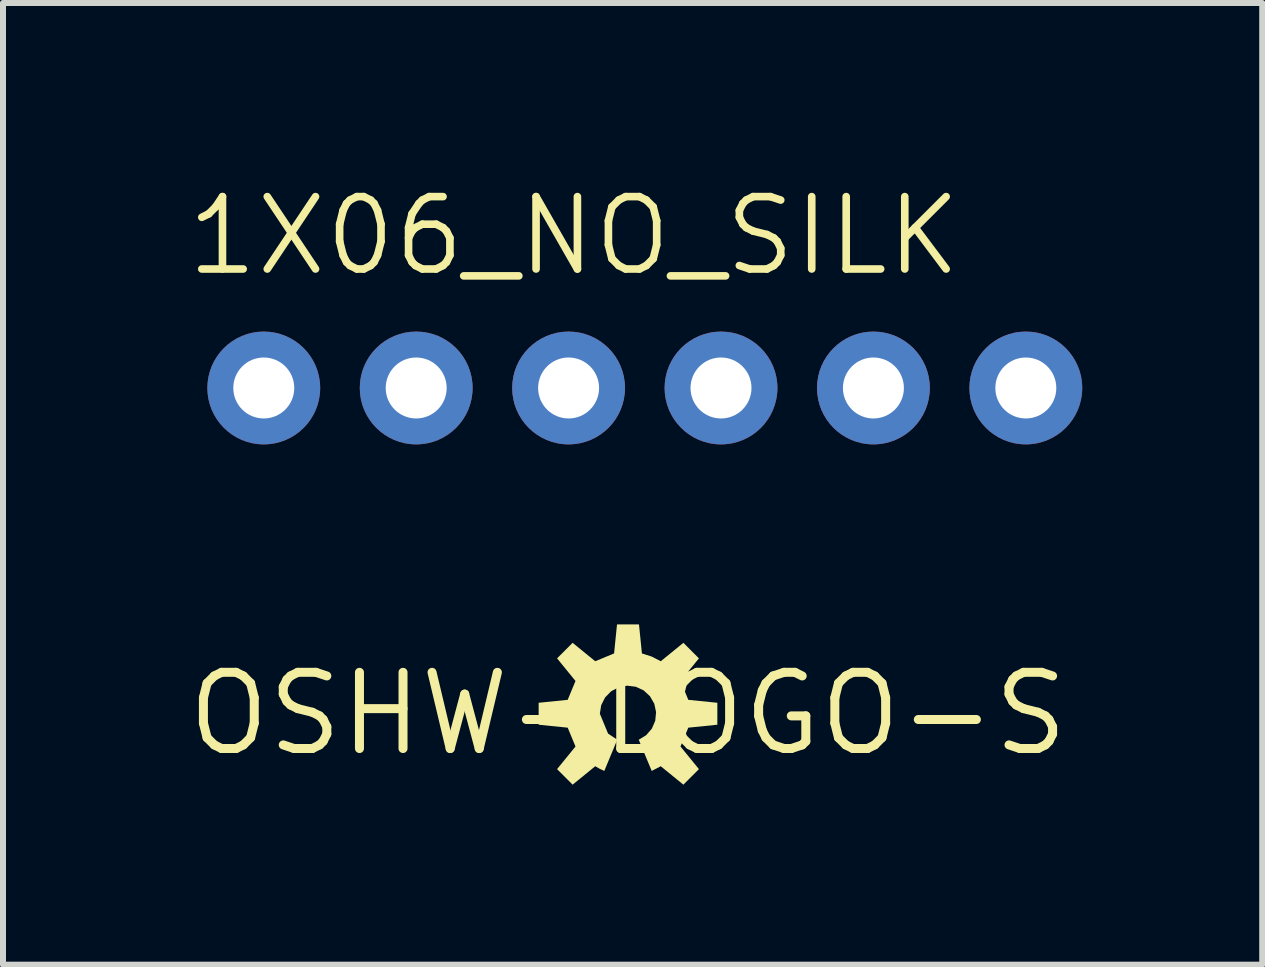
<source format=kicad_pcb>
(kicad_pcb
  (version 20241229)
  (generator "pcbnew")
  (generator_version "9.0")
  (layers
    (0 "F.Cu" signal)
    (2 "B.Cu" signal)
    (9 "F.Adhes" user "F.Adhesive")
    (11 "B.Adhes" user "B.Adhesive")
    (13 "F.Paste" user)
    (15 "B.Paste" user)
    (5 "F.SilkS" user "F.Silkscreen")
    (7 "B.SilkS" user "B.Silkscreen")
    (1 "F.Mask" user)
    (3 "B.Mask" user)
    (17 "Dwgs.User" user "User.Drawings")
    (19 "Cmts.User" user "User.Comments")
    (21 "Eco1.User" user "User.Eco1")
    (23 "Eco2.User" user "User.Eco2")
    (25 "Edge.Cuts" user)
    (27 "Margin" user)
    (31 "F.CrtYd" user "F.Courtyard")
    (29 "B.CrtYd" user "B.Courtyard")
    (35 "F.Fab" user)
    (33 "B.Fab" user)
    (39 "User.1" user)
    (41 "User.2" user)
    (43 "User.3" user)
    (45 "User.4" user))
  (footprint "1X06_NO_SILK"
    (layer "F.Cu")
    (at 1.346 3.416)
    (property "Reference" "1X06_NO_SILK" (at -1.346 -1.829 0) (layer "F.SilkS") (effects (font (size 1.206 1.206) (thickness 0.127)) (justify left bottom)))
    (attr through_hole)
    (fp_poly (pts (xy -0.254 0.254) (xy 0.254 0.254) (xy 0.254 -0.254) (xy -0.254 -0.254)) (stroke (width 0.1) (type solid)) (fill no) (layer "F.Fab"))
    (fp_poly (pts (xy 2.286 0.254) (xy 2.794 0.254) (xy 2.794 -0.254) (xy 2.286 -0.254)) (stroke (width 0.1) (type solid)) (fill no) (layer "F.Fab"))
    (fp_poly (pts (xy 4.826 0.254) (xy 5.334 0.254) (xy 5.334 -0.254) (xy 4.826 -0.254)) (stroke (width 0.1) (type solid)) (fill no) (layer "F.Fab"))
    (fp_poly (pts (xy 7.366 0.254) (xy 7.874 0.254) (xy 7.874 -0.254) (xy 7.366 -0.254)) (stroke (width 0.1) (type solid)) (fill no) (layer "F.Fab"))
    (fp_poly (pts (xy 9.906 0.254) (xy 10.414 0.254) (xy 10.414 -0.254) (xy 9.906 -0.254)) (stroke (width 0.1) (type solid)) (fill no) (layer "F.Fab"))
    (fp_poly (pts (xy 12.446 0.254) (xy 12.954 0.254) (xy 12.954 -0.254) (xy 12.446 -0.254)) (stroke (width 0.1) (type solid)) (fill no) (layer "F.Fab"))
    (pad "1" thru_hole circle (at 0 0 90) (size 1.88 1.88) (drill 1.016) (layers "*.Cu" "*.Mask"))
    (pad "2" thru_hole circle (at 2.54 0 90) (size 1.88 1.88) (drill 1.016) (layers "*.Cu" "*.Mask"))
    (pad "3" thru_hole circle (at 5.08 0 90) (size 1.88 1.88) (drill 1.016) (layers "*.Cu" "*.Mask"))
    (pad "4" thru_hole circle (at 7.62 0 90) (size 1.88 1.88) (drill 1.016) (layers "*.Cu" "*.Mask"))
    (pad "5" thru_hole circle (at 10.16 0 90) (size 1.88 1.88) (drill 1.016) (layers "*.Cu" "*.Mask"))
    (pad "6" thru_hole circle (at 12.7 0 90) (size 1.88 1.88) (drill 1.016) (layers "*.Cu" "*.Mask")))
  (footprint "OSHW-LOGO-S"
    (layer "F.Cu")
    (at 7.416 8.845)
    (property "Reference" "OSHW-LOGO-S" (at 0 0 0) (layer "F.SilkS") (effects (font (size 1.27 1.27) (thickness 0.15))))
    (attr through_hole)
    (fp_poly (pts (xy 0.395 0.953) (xy 0.546 0.875) (xy 0.923 1.182) (xy 1.182 0.923) (xy 0.875 0.546) (xy 1.005 0.232) (xy 1.489 0.183) (xy 1.489 -0.183) (xy 1.005 -0.232) (xy 0.875 -0.546) (xy 1.182 -0.923) (xy 0.923 -1.182) (xy 0.546 -0.875) (xy 0.395 -0.953) (xy 0.232 -1.005) (xy 0.183 -1.489) (xy -0.183 -1.489) (xy -0.232 -1.005) (xy -0.546 -0.875) (xy -0.923 -1.182) (xy -1.182 -0.923) (xy -0.875 -0.546) (xy -1.005 -0.232) (xy -1.489 -0.183) (xy -1.489 0.183) (xy -1.005 0.232) (xy -0.875 0.546) (xy -1.182 0.923) (xy -0.923 1.182) (xy -0.546 0.875) (xy -0.472 0.917) (xy -0.395 0.953) (xy -0.179 0.433) (xy -0.179 0.433) (xy -0.332 0.331) (xy -0.469 0) (xy -0.447 -0.142) (xy -0.382 -0.271) (xy -0.282 -0.374) (xy -0.155 -0.442) (xy -0.013 -0.468) (xy 0.13 -0.45) (xy 0.26 -0.39) (xy 0.366 -0.292) (xy 0.438 -0.167) (xy 0.468 -0.026) (xy 0.454 0.117) (xy 0.397 0.249) (xy 0.302 0.358) (xy 0.179 0.433)) (stroke (width 0) (type solid)) (fill yes) (layer "F.SilkS")))
  (gr_rect
    (start -3 -3)
    (end 17.986 13.027)
    (stroke (width 0.1) (type default))
    (fill no)
    (layer "Edge.Cuts")))
</source>
